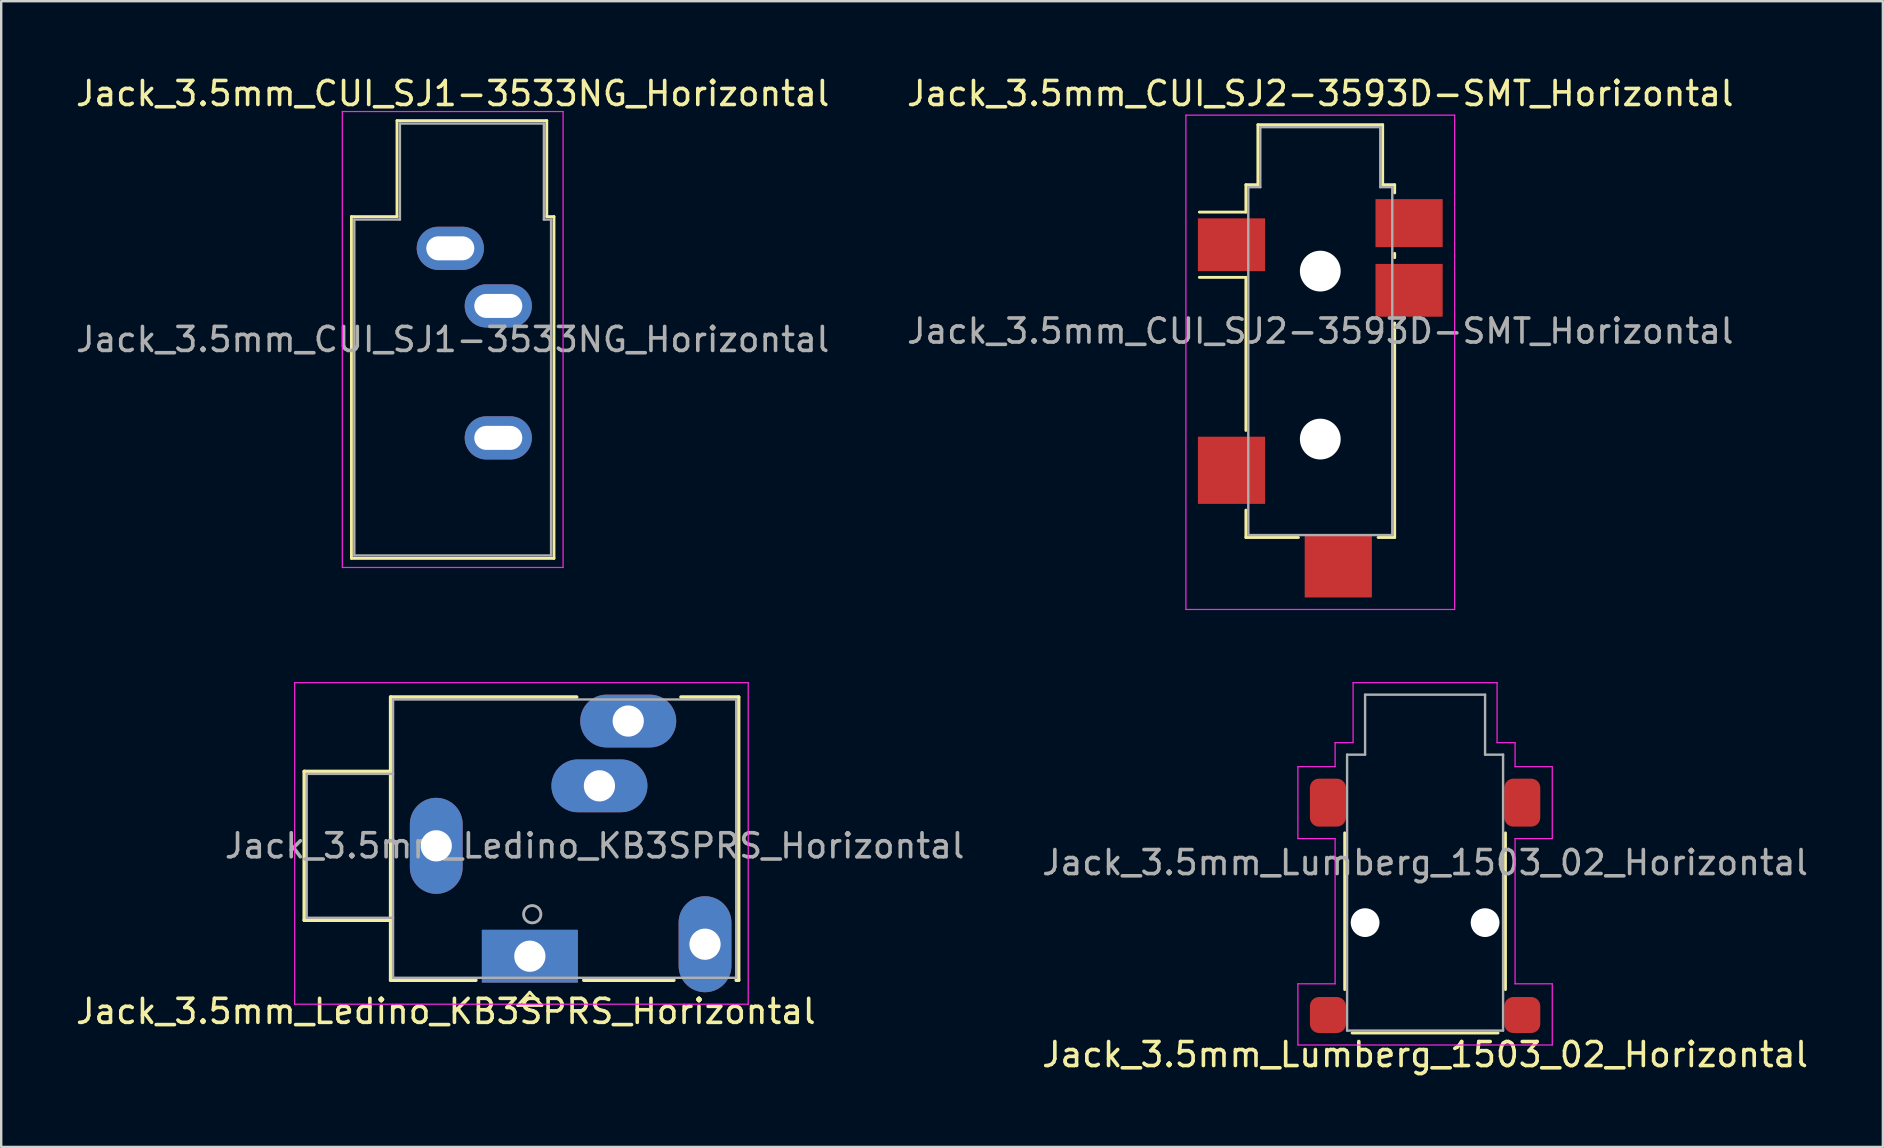
<source format=kicad_pcb>
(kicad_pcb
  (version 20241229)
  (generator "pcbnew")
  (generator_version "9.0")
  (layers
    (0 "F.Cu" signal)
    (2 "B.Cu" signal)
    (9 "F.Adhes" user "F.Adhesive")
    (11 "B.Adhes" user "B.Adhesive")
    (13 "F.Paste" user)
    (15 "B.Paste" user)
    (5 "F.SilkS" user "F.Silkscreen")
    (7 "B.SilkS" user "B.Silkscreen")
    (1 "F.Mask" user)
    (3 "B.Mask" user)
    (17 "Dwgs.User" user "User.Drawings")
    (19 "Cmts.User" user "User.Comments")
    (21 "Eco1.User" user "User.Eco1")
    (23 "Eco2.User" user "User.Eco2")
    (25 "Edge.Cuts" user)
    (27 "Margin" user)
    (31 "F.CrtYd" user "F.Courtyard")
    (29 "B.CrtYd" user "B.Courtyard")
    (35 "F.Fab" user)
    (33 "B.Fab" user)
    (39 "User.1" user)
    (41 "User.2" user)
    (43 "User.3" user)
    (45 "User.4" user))
  (footprint "Jack_3.5mm_Lumberg_1503_02_Horizontal"
    (layer "F.Cu")
    (at 56.337 32.898)
    (property "Reference" "Jack_3.5mm_Lumberg_1503_02_Horizontal" (at 0 8 0) (unlocked yes) (layer "F.SilkS") (effects (font (size 1 1) (thickness 0.15))))
    (attr smd)
    (fp_line (start -3.35 -1.24) (end -3.35 5.29) (stroke (width 0.12) (type solid)) (layer "F.SilkS"))
    (fp_line (start 3.04 7.1) (end -3.04 7.1) (stroke (width 0.12) (type solid)) (layer "F.SilkS"))
    (fp_line (start 3.35 -1.24) (end 3.35 5.29) (stroke (width 0.12) (type solid)) (layer "F.SilkS"))
    (fp_line (start -5.3 -4) (end -5.3 -1) (stroke (width 0.05) (type solid)) (layer "F.CrtYd"))
    (fp_line (start -5.3 -4) (end -3.75 -4) (stroke (width 0.05) (type default)) (layer "F.CrtYd"))
    (fp_line (start -5.3 -1) (end -3.75 -1) (stroke (width 0.05) (type default)) (layer "F.CrtYd"))
    (fp_line (start -5.3 5.05) (end -5.3 7.6) (stroke (width 0.05) (type solid)) (layer "F.CrtYd"))
    (fp_line (start -5.3 5.05) (end -3.75 5.05) (stroke (width 0.05) (type default)) (layer "F.CrtYd"))
    (fp_line (start -5.3 7.6) (end 5.3 7.6) (stroke (width 0.05) (type solid)) (layer "F.CrtYd"))
    (fp_line (start -3.75 -5) (end -3.75 -4) (stroke (width 0.05) (type default)) (layer "F.CrtYd"))
    (fp_line (start -3.75 -5) (end -3 -5) (stroke (width 0.05) (type default)) (layer "F.CrtYd"))
    (fp_line (start -3.75 -1) (end -3.75 5.05) (stroke (width 0.05) (type default)) (layer "F.CrtYd"))
    (fp_line (start -3 -7.5) (end -3 -5) (stroke (width 0.05) (type default)) (layer "F.CrtYd"))
    (fp_line (start -3 -7.5) (end 3 -7.5) (stroke (width 0.05) (type solid)) (layer "F.CrtYd"))
    (fp_line (start 3 -7.5) (end 3 -5) (stroke (width 0.05) (type default)) (layer "F.CrtYd"))
    (fp_line (start 3 -5) (end 3.75 -5) (stroke (width 0.05) (type default)) (layer "F.CrtYd"))
    (fp_line (start 3.75 -5) (end 3.75 -4) (stroke (width 0.05) (type default)) (layer "F.CrtYd"))
    (fp_line (start 3.75 -4) (end 5.3 -4) (stroke (width 0.05) (type default)) (layer "F.CrtYd"))
    (fp_line (start 3.75 -1) (end 3.75 5.05) (stroke (width 0.05) (type default)) (layer "F.CrtYd"))
    (fp_line (start 3.75 -1) (end 5.3 -1) (stroke (width 0.05) (type default)) (layer "F.CrtYd"))
    (fp_line (start 3.75 5.05) (end 5.3 5.05) (stroke (width 0.05) (type default)) (layer "F.CrtYd"))
    (fp_line (start 5.3 -4) (end 5.3 -1) (stroke (width 0.05) (type solid)) (layer "F.CrtYd"))
    (fp_line (start 5.3 5.05) (end 5.3 7.6) (stroke (width 0.05) (type solid)) (layer "F.CrtYd"))
    (fp_line (start -3.25 -4.5) (end -2.5 -4.5) (stroke (width 0.1) (type solid)) (layer "F.Fab"))
    (fp_line (start -3.25 7) (end -3.25 -4.5) (stroke (width 0.1) (type solid)) (layer "F.Fab"))
    (fp_line (start -3.25 7) (end 3.25 7) (stroke (width 0.1) (type solid)) (layer "F.Fab"))
    (fp_line (start -2.5 -7) (end -2.5 -4.5) (stroke (width 0.1) (type solid)) (layer "F.Fab"))
    (fp_line (start -2.5 -7) (end 2.5 -7) (stroke (width 0.1) (type solid)) (layer "F.Fab"))
    (fp_line (start 2.5 -4.5) (end 2.5 -7) (stroke (width 0.1) (type solid)) (layer "F.Fab"))
    (fp_line (start 2.5 -4.5) (end 3.25 -4.5) (stroke (width 0.1) (type solid)) (layer "F.Fab"))
    (fp_line (start 3.25 -4.5) (end 3.25 7) (stroke (width 0.1) (type solid)) (layer "F.Fab"))
    (fp_text user "${REFERENCE}" (at 0 0 0) (unlocked yes) (layer "F.Fab") (effects (font (size 1 1) (thickness 0.15))))
    (pad "" np_thru_hole circle (at -2.5 2.5) (size 1.2 1.2) (drill 1.2) (layers "*.Cu" "*.Mask"))
    (pad "" np_thru_hole circle (at 2.5 2.5) (size 1.2 1.2) (drill 1.2) (layers "*.Cu" "*.Mask"))
    (pad "R" smd roundrect (at 4.05 6.35) (size 1.5 1.5) (layers "F.Cu" "F.Mask" "F.Paste") (roundrect_rratio 0.25))
    (pad "S" smd roundrect (at -4.05 6.35) (size 1.5 1.5) (layers "F.Cu" "F.Mask" "F.Paste") (roundrect_rratio 0.25))
    (pad "T" smd roundrect (at -4.05 -2.5) (size 1.5 2) (layers "F.Cu" "F.Mask" "F.Paste") (roundrect_rratio 0.25))
    (pad "T" smd roundrect (at 4.05 -2.5) (size 1.5 2) (layers "F.Cu" "F.Mask" "F.Paste") (roundrect_rratio 0.25)))
  (footprint "Jack_3.5mm_CUI_SJ2-3593D-SMT_Horizontal"
    (layer "F.Cu")
    (at 51.97 10.748)
    (property "Reference" "Jack_3.5mm_CUI_SJ2-3593D-SMT_Horizontal" (at 0 -9.9 0) (layer "F.SilkS") (effects (font (size 1 1) (thickness 0.15))))
    (attr smd)
    (fp_line (start -3.1 -6.1) (end -2.6 -6.1) (stroke (width 0.12) (type solid)) (layer "F.SilkS"))
    (fp_line (start -3.1 -4.96) (end -5.04 -4.96) (stroke (width 0.12) (type solid)) (layer "F.SilkS"))
    (fp_line (start -3.1 -4.96) (end -3.1 -6.1) (stroke (width 0.12) (type solid)) (layer "F.SilkS"))
    (fp_line (start -3.1 -2.24) (end -5.04 -2.24) (stroke (width 0.12) (type solid)) (layer "F.SilkS"))
    (fp_line (start -3.1 4.14) (end -3.1 -2.24) (stroke (width 0.12) (type solid)) (layer "F.SilkS"))
    (fp_line (start -3.1 8.6) (end -3.1 7.46) (stroke (width 0.12) (type solid)) (layer "F.SilkS"))
    (fp_line (start -2.6 -8.6) (end 2.6 -8.6) (stroke (width 0.12) (type solid)) (layer "F.SilkS"))
    (fp_line (start -2.6 -6.1) (end -2.6 -8.6) (stroke (width 0.12) (type solid)) (layer "F.SilkS"))
    (fp_line (start -0.91 8.6) (end -3.1 8.6) (stroke (width 0.12) (type solid)) (layer "F.SilkS"))
    (fp_line (start 2.6 -8.6) (end 2.6 -6.1) (stroke (width 0.12) (type solid)) (layer "F.SilkS"))
    (fp_line (start 2.6 -6.1) (end 3.1 -6.1) (stroke (width 0.12) (type solid)) (layer "F.SilkS"))
    (fp_line (start 3.1 -6.1) (end 3.1 -5.76) (stroke (width 0.12) (type solid)) (layer "F.SilkS"))
    (fp_line (start 3.1 -3.24) (end 3.1 -3.06) (stroke (width 0.12) (type solid)) (layer "F.SilkS"))
    (fp_line (start 3.1 -0.34) (end 3.1 8.6) (stroke (width 0.12) (type solid)) (layer "F.SilkS"))
    (fp_line (start 3.1 8.6) (end 2.41 8.6) (stroke (width 0.12) (type solid)) (layer "F.SilkS"))
    (fp_line (start -5.6 -9) (end 5.6 -9) (stroke (width 0.05) (type solid)) (layer "F.CrtYd"))
    (fp_line (start -5.6 11.6) (end -5.6 -9) (stroke (width 0.05) (type solid)) (layer "F.CrtYd"))
    (fp_line (start 5.6 -9) (end 5.6 11.6) (stroke (width 0.05) (type solid)) (layer "F.CrtYd"))
    (fp_line (start 5.6 11.6) (end -5.6 11.6) (stroke (width 0.05) (type solid)) (layer "F.CrtYd"))
    (fp_line (start -3 -6) (end -2.5 -6) (stroke (width 0.1) (type solid)) (layer "F.Fab"))
    (fp_line (start -3 8.5) (end -3 -6) (stroke (width 0.1) (type solid)) (layer "F.Fab"))
    (fp_line (start -2.5 -8.5) (end 2.5 -8.5) (stroke (width 0.1) (type solid)) (layer "F.Fab"))
    (fp_line (start -2.5 -6) (end -2.5 -8.5) (stroke (width 0.1) (type solid)) (layer "F.Fab"))
    (fp_line (start 2.5 -8.5) (end 2.5 -6) (stroke (width 0.1) (type solid)) (layer "F.Fab"))
    (fp_line (start 2.5 -6) (end 3 -6) (stroke (width 0.1) (type solid)) (layer "F.Fab"))
    (fp_line (start 3 -6) (end 3 8.5) (stroke (width 0.1) (type solid)) (layer "F.Fab"))
    (fp_line (start 3 8.5) (end -3 8.5) (stroke (width 0.1) (type solid)) (layer "F.Fab"))
    (fp_text user "${REFERENCE}" (at 0 0 0) (layer "F.Fab") (effects (font (size 1 1) (thickness 0.15))))
    (pad "" np_thru_hole circle (at 0 -2.5) (size 1.7 1.7) (drill 1.7) (layers "*.Cu" "*.Mask"))
    (pad "" np_thru_hole circle (at 0 4.5) (size 1.7 1.7) (drill 1.7) (layers "*.Cu" "*.Mask"))
    (pad "R" smd rect (at 3.7 -1.7) (size 2.8 2.2) (layers "F.Cu" "F.Mask" "F.Paste"))
    (pad "RN" smd rect (at 3.7 -4.5) (size 2.8 2) (layers "F.Cu" "F.Mask" "F.Paste"))
    (pad "S" smd rect (at -3.7 -3.6) (size 2.8 2.2) (layers "F.Cu" "F.Mask" "F.Paste"))
    (pad "T" smd rect (at -3.7 5.8) (size 2.8 2.8) (layers "F.Cu" "F.Mask" "F.Paste"))
    (pad "TN" smd rect (at 0.75 9.8) (size 2.8 2.6) (layers "F.Cu" "F.Mask" "F.Paste")))
  (footprint "Jack_3.5mm_Ledino_KB3SPRS_Horizontal"
    (layer "F.Cu")
    (at 19.03 36.798)
    (property "Reference" "Jack_3.5mm_Ledino_KB3SPRS_Horizontal" (at -3.5 2.3 0) (layer "F.SilkS") (effects (font (size 1 1) (thickness 0.15))))
    (attr through_hole)
    (fp_line (start -9.4 -7.7) (end -9.4 -1.5) (stroke (width 0.15) (type solid)) (layer "F.SilkS"))
    (fp_line (start -9.4 -1.5) (end -5.8 -1.5) (stroke (width 0.15) (type solid)) (layer "F.SilkS"))
    (fp_line (start -5.8 -10.8) (end 1.95 -10.8) (stroke (width 0.15) (type solid)) (layer "F.SilkS"))
    (fp_line (start -5.8 -7.7) (end -9.4 -7.7) (stroke (width 0.15) (type solid)) (layer "F.SilkS"))
    (fp_line (start -5.8 1) (end -5.8 -10.8) (stroke (width 0.15) (type solid)) (layer "F.SilkS"))
    (fp_line (start -2.25 1) (end -5.8 1) (stroke (width 0.15) (type solid)) (layer "F.SilkS"))
    (fp_line (start -0.5 2.05) (end 0.5 2.05) (stroke (width 0.12) (type solid)) (layer "F.SilkS"))
    (fp_line (start 0 1.5) (end -0.5 2.05) (stroke (width 0.12) (type solid)) (layer "F.SilkS"))
    (fp_line (start 0.5 2.05) (end 0 1.5) (stroke (width 0.12) (type solid)) (layer "F.SilkS"))
    (fp_line (start 6 1) (end 2.25 1) (stroke (width 0.15) (type solid)) (layer "F.SilkS"))
    (fp_line (start 6.3 -10.8) (end 8.7 -10.8) (stroke (width 0.15) (type solid)) (layer "F.SilkS"))
    (fp_line (start 8.7 -10.8) (end 8.7 1) (stroke (width 0.15) (type solid)) (layer "F.SilkS"))
    (fp_line (start 8.7 1) (end 8.6 1) (stroke (width 0.15) (type solid)) (layer "F.SilkS"))
    (fp_line (start -9.8 -11.4) (end -9.8 2) (stroke (width 0.05) (type solid)) (layer "F.CrtYd"))
    (fp_line (start -9.8 2) (end 9.1 2) (stroke (width 0.05) (type solid)) (layer "F.CrtYd"))
    (fp_line (start 9.1 -11.4) (end -9.8 -11.4) (stroke (width 0.05) (type solid)) (layer "F.CrtYd"))
    (fp_line (start 9.1 2) (end 9.1 -11.4) (stroke (width 0.05) (type solid)) (layer "F.CrtYd"))
    (fp_line (start -9.3 -7.6) (end -9.3 -1.6) (stroke (width 0.1) (type solid)) (layer "F.Fab"))
    (fp_line (start -9.3 -7.6) (end -5.7 -7.6) (stroke (width 0.1) (type solid)) (layer "F.Fab"))
    (fp_line (start -9.3 -1.6) (end -5.7 -1.6) (stroke (width 0.1) (type solid)) (layer "F.Fab"))
    (fp_line (start -5.7 -10.7) (end -5.7 0.9) (stroke (width 0.1) (type solid)) (layer "F.Fab"))
    (fp_line (start -5.7 0.9) (end 8.6 0.9) (stroke (width 0.1) (type solid)) (layer "F.Fab"))
    (fp_line (start 8.6 -10.7) (end -5.7 -10.7) (stroke (width 0.1) (type solid)) (layer "F.Fab"))
    (fp_line (start 8.6 0.9) (end 8.6 -10.7) (stroke (width 0.1) (type solid)) (layer "F.Fab"))
    (fp_circle (center 0.1 -1.75) (end 0.4 -1.55) (stroke (width 0.12) (type solid)) (fill no) (layer "F.Fab"))
    (fp_text user "${REFERENCE}" (at 2.7 -4.6 0) (layer "F.Fab") (effects (font (size 1 1) (thickness 0.15))))
    (pad "R" thru_hole oval (at 4.1 -9.8) (size 4 2.2) (drill 1.3) (layers "*.Cu" "*.Mask"))
    (pad "RN" thru_hole oval (at 2.9 -7.1) (size 4 2.2) (drill 1.3) (layers "*.Cu" "*.Mask"))
    (pad "S" thru_hole oval (at -3.9 -4.6) (size 2.2 4) (drill 1.3) (layers "*.Cu" "*.Mask"))
    (pad "T" thru_hole rect (at 0 0) (size 4 2.2) (drill 1.3) (layers "*.Cu" "*.Mask"))
    (pad "TN" thru_hole oval (at 7.3 -0.5 90) (size 4 2.2) (drill 1.3) (layers "*.Cu" "*.Mask")))
  (footprint "Jack_3.5mm_CUI_SJ1-3533NG_Horizontal"
    (layer "F.Cu")
    (at 15.715 7.298)
    (property "Reference" "Jack_3.5mm_CUI_SJ1-3533NG_Horizontal" (at 0.1 -6.45 0) (layer "F.SilkS") (effects (font (size 1 1) (thickness 0.15))))
    (attr through_hole)
    (fp_line (start -4.12 -1.32) (end -2.22 -1.32) (stroke (width 0.12) (type solid)) (layer "F.SilkS"))
    (fp_line (start -4.12 12.92) (end -4.12 -1.32) (stroke (width 0.12) (type solid)) (layer "F.SilkS"))
    (fp_line (start -2.22 -5.32) (end 4.02 -5.32) (stroke (width 0.12) (type solid)) (layer "F.SilkS"))
    (fp_line (start -2.22 -1.32) (end -2.22 -5.32) (stroke (width 0.12) (type solid)) (layer "F.SilkS"))
    (fp_line (start 4.02 -5.32) (end 4.02 -1.32) (stroke (width 0.12) (type solid)) (layer "F.SilkS"))
    (fp_line (start 4.02 -1.32) (end 4.32 -1.32) (stroke (width 0.12) (type solid)) (layer "F.SilkS"))
    (fp_line (start 4.32 -1.32) (end 4.32 12.92) (stroke (width 0.12) (type solid)) (layer "F.SilkS"))
    (fp_line (start 4.32 12.92) (end -4.12 12.92) (stroke (width 0.12) (type solid)) (layer "F.SilkS"))
    (fp_line (start -4.5 -5.7) (end -4.5 13.3) (stroke (width 0.05) (type solid)) (layer "F.CrtYd"))
    (fp_line (start -4.5 13.3) (end 4.7 13.3) (stroke (width 0.05) (type solid)) (layer "F.CrtYd"))
    (fp_line (start 4.7 -5.7) (end -4.5 -5.7) (stroke (width 0.05) (type solid)) (layer "F.CrtYd"))
    (fp_line (start 4.7 13.3) (end 4.7 -5.7) (stroke (width 0.05) (type solid)) (layer "F.CrtYd"))
    (fp_line (start -4 -1.2) (end -2.1 -1.2) (stroke (width 0.1) (type solid)) (layer "F.Fab"))
    (fp_line (start -4 12.8) (end -4 -1.2) (stroke (width 0.1) (type solid)) (layer "F.Fab"))
    (fp_line (start -2.1 -5.2) (end 3.9 -5.2) (stroke (width 0.1) (type solid)) (layer "F.Fab"))
    (fp_line (start -2.1 -1.2) (end -2.1 -5.2) (stroke (width 0.1) (type solid)) (layer "F.Fab"))
    (fp_line (start 3.9 -5.2) (end 3.9 -1.2) (stroke (width 0.1) (type solid)) (layer "F.Fab"))
    (fp_line (start 3.9 -1.2) (end 4.2 -1.2) (stroke (width 0.1) (type solid)) (layer "F.Fab"))
    (fp_line (start 4.2 -1.2) (end 4.2 12.8) (stroke (width 0.1) (type solid)) (layer "F.Fab"))
    (fp_line (start 4.2 12.8) (end -4 12.8) (stroke (width 0.1) (type solid)) (layer "F.Fab"))
    (fp_text user "${REFERENCE}" (at 0.1 3.8 0) (layer "F.Fab") (effects (font (size 1 1) (thickness 0.15))))
    (pad "R" thru_hole oval (at 2 7.9) (size 2.8 1.8) (drill oval 2 1) (layers "*.Cu" "*.Mask"))
    (pad "S" thru_hole oval (at 0 0) (size 2.8 1.8) (drill oval 2 1) (layers "*.Cu" "*.Mask"))
    (pad "T" thru_hole oval (at 2 2.4) (size 2.8 1.8) (drill oval 2 1) (layers "*.Cu" "*.Mask")))
  (gr_rect
    (start -3 -3)
    (end 75.414 44.746)
    (stroke (width 0.1) (type default))
    (fill no)
    (layer "Edge.Cuts")))
</source>
